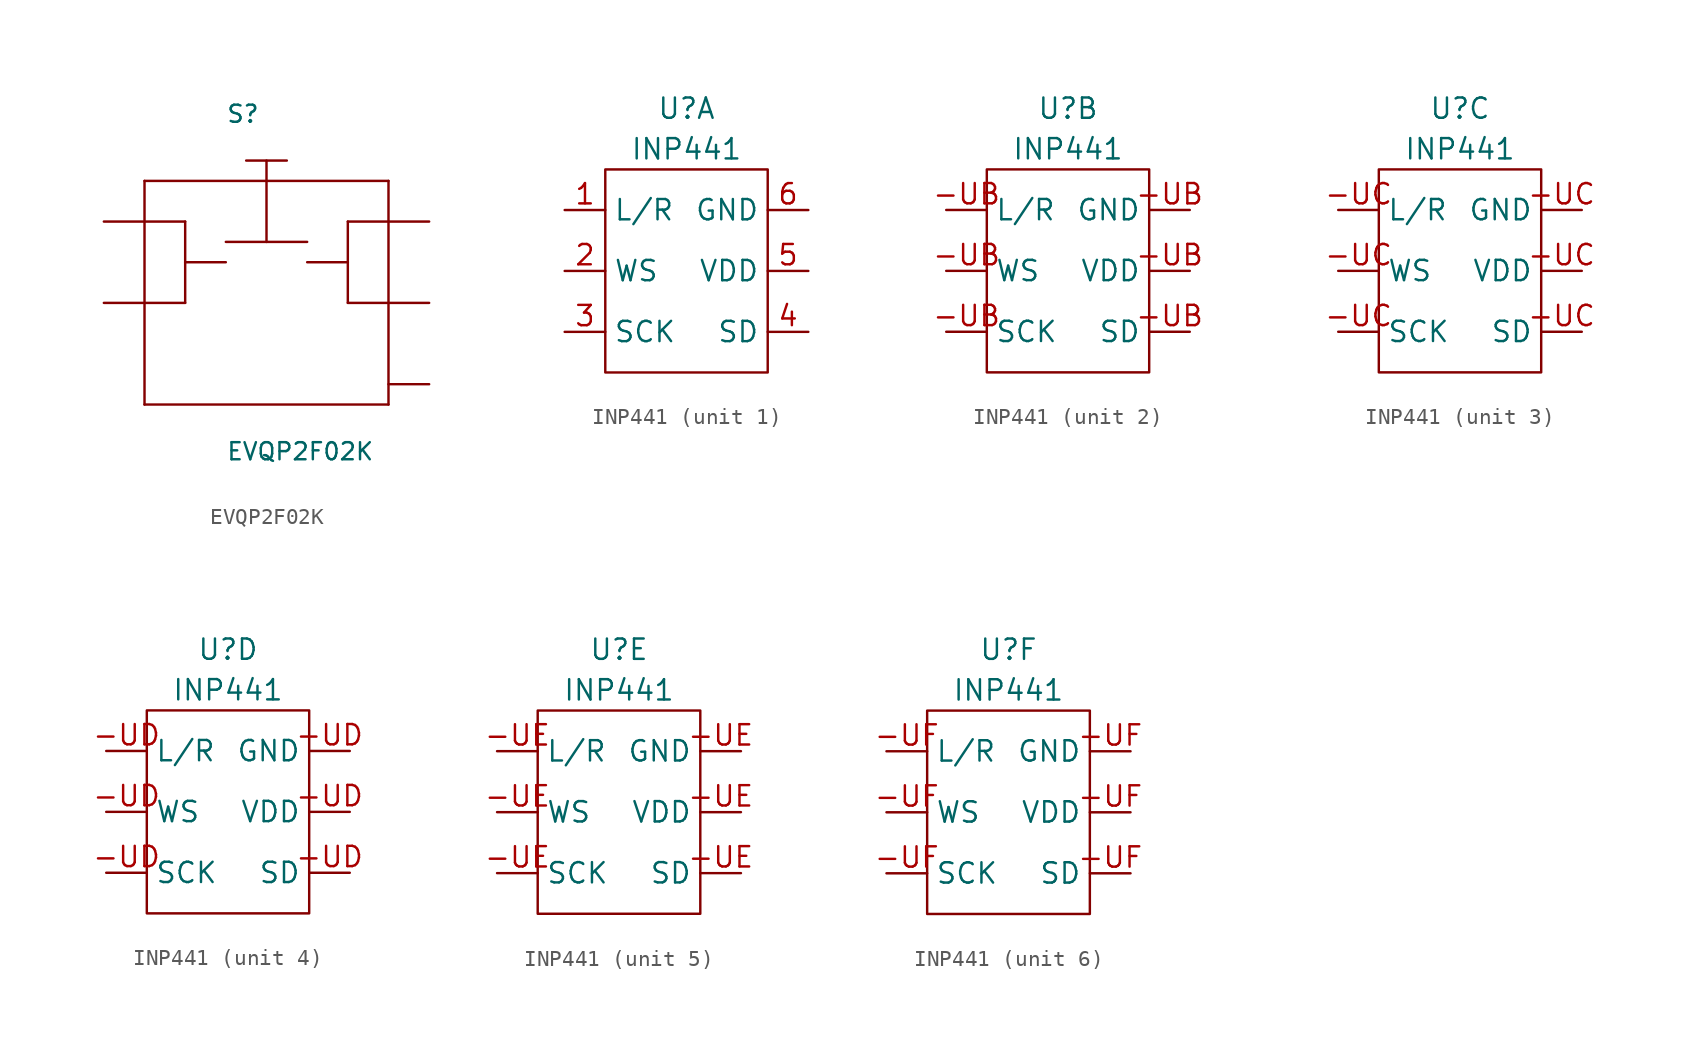
<source format=kicad_sym>
(kicad_symbol_lib
  (version 20211014)
  (generator kicad_symbol_editor)
  (symbol "EVQP2F02K"
    (pin_names
      (offset 1.016))
    (property "Reference" "S"
      (at -2.54 8.636 0)
      (effects (font (size 1.067 1.067)) (justify left bottom)))
    (property "Value" "EVQP2F02K"
      (at -2.54 -12.446 0)
      (effects (font (size 1.067 1.067)) (justify left bottom)))
    (property "ki_locked" ""
      (at 0 0 0)
      (effects (font (size 1.27 1.27))))
    (symbol "EVQP2F02K_1_0"
      (polyline (pts (xy -7.62 -8.89) (xy -7.62 5.08)) (stroke (width 0) (type default) (color 0 0 0 0)) (fill (type none)))
      (polyline (pts (xy -7.62 5.08) (xy 7.62 5.08)) (stroke (width 0) (type default) (color 0 0 0 0)) (fill (type none)))
      (polyline (pts (xy -5.08 0) (xy -5.08 -2.54)) (stroke (width 0) (type default) (color 0 0 0 0)) (fill (type none)))
      (polyline (pts (xy -5.08 0) (xy -2.54 0)) (stroke (width 0) (type default) (color 0 0 0 0)) (fill (type none)))
      (polyline (pts (xy -5.08 2.54) (xy -5.08 0)) (stroke (width 0) (type default) (color 0 0 0 0)) (fill (type none)))
      (polyline (pts (xy -2.54 1.27) (xy 0 1.27)) (stroke (width 0) (type default) (color 0 0 0 0)) (fill (type none)))
      (polyline (pts (xy -1.27 6.35) (xy 1.27 6.35)) (stroke (width 0) (type default) (color 0 0 0 0)) (fill (type none)))
      (polyline (pts (xy 0 1.27) (xy 0 6.35)) (stroke (width 0) (type default) (color 0 0 0 0)) (fill (type none)))
      (polyline (pts (xy 0 1.27) (xy 2.54 1.27)) (stroke (width 0) (type default) (color 0 0 0 0)) (fill (type none)))
      (polyline (pts (xy 2.54 0) (xy 5.08 0)) (stroke (width 0) (type default) (color 0 0 0 0)) (fill (type none)))
      (polyline (pts (xy 5.08 0) (xy 5.08 -2.54)) (stroke (width 0) (type default) (color 0 0 0 0)) (fill (type none)))
      (polyline (pts (xy 5.08 2.54) (xy 5.08 0)) (stroke (width 0) (type default) (color 0 0 0 0)) (fill (type none)))
      (polyline (pts (xy 7.62 -8.89) (xy -7.62 -8.89)) (stroke (width 0) (type default) (color 0 0 0 0)) (fill (type none)))
      (polyline (pts (xy 7.62 5.08) (xy 7.62 -8.89)) (stroke (width 0) (type default) (color 0 0 0 0)) (fill (type none)))
      (pin passive line (at -10.16 2.54 0) (length 5.08) (name "P$1" (effects (font (size 0 0)))) (number "1" (effects (font (size 0 0)))))
      (pin passive line (at -10.16 -2.54 0) (length 5.08) (name "P$2" (effects (font (size 0 0)))) (number "2" (effects (font (size 0 0)))))
      (pin passive line (at 10.16 2.54 180) (length 5.08) (name "P$3" (effects (font (size 0 0)))) (number "3" (effects (font (size 0 0)))))
      (pin passive line (at 10.16 -2.54 180) (length 5.08) (name "P$4" (effects (font (size 0 0)))) (number "4" (effects (font (size 0 0)))))
      (pin passive line (at 10.16 -7.62 180) (length 2.54) (name "P$5" (effects (font (size 0 0)))) (number "5" (effects (font (size 0 0)))))))
  (symbol "INP441"
    (property "Reference" "U"
      (at 0 0 0)
      (effects (font (size 1.27 1.27))))
    (property "Value" "INP441"
      (at 0 -2.54 0)
      (effects (font (size 1.27 1.27))))
    (symbol "INP441_0_1"
      (rectangle (start -5.08 -3.81) (end 5.08 -16.51) (stroke (width 0.152) (type default) (color 0 0 0 0)) (fill (type none))))
    (symbol "INP441_1_1"
      (pin input line (at -7.62 -6.35 0) (length 2.54) (name "L/R" (effects (font (size 1.27 1.27)))) (number "1" (effects (font (size 1.27 1.27)))))
      (pin input line (at -7.62 -10.16 0) (length 2.54) (name "WS" (effects (font (size 1.27 1.27)))) (number "2" (effects (font (size 1.27 1.27)))))
      (pin input line (at -7.62 -13.97 0) (length 2.54) (name "SCK" (effects (font (size 1.27 1.27)))) (number "3" (effects (font (size 1.27 1.27)))))
      (pin output line (at 7.62 -13.97 180) (length 2.54) (name "SD" (effects (font (size 1.27 1.27)))) (number "4" (effects (font (size 1.27 1.27)))))
      (pin power_in line (at 7.62 -10.16 180) (length 2.54) (name "VDD" (effects (font (size 1.27 1.27)))) (number "5" (effects (font (size 1.27 1.27)))))
      (pin power_in line (at 7.62 -6.35 180) (length 2.54) (name "GND" (effects (font (size 1.27 1.27)))) (number "6" (effects (font (size 1.27 1.27))))))
    (symbol "INP441_2_1"
      (pin power_in line (at 7.62 -6.35 180) (length 2.54) (name "GND" (effects (font (size 1.27 1.27)))) (number "-UB" (effects (font (size 1.27 1.27)))))
      (pin input line (at -7.62 -6.35 0) (length 2.54) (name "L/R" (effects (font (size 1.27 1.27)))) (number "-UB" (effects (font (size 1.27 1.27)))))
      (pin input line (at -7.62 -13.97 0) (length 2.54) (name "SCK" (effects (font (size 1.27 1.27)))) (number "-UB" (effects (font (size 1.27 1.27)))))
      (pin output line (at 7.62 -13.97 180) (length 2.54) (name "SD" (effects (font (size 1.27 1.27)))) (number "-UB" (effects (font (size 1.27 1.27)))))
      (pin power_in line (at 7.62 -10.16 180) (length 2.54) (name "VDD" (effects (font (size 1.27 1.27)))) (number "-UB" (effects (font (size 1.27 1.27)))))
      (pin input line (at -7.62 -10.16 0) (length 2.54) (name "WS" (effects (font (size 1.27 1.27)))) (number "-UB" (effects (font (size 1.27 1.27))))))
    (symbol "INP441_3_1"
      (pin power_in line (at 7.62 -6.35 180) (length 2.54) (name "GND" (effects (font (size 1.27 1.27)))) (number "-UC" (effects (font (size 1.27 1.27)))))
      (pin input line (at -7.62 -6.35 0) (length 2.54) (name "L/R" (effects (font (size 1.27 1.27)))) (number "-UC" (effects (font (size 1.27 1.27)))))
      (pin input line (at -7.62 -13.97 0) (length 2.54) (name "SCK" (effects (font (size 1.27 1.27)))) (number "-UC" (effects (font (size 1.27 1.27)))))
      (pin output line (at 7.62 -13.97 180) (length 2.54) (name "SD" (effects (font (size 1.27 1.27)))) (number "-UC" (effects (font (size 1.27 1.27)))))
      (pin power_in line (at 7.62 -10.16 180) (length 2.54) (name "VDD" (effects (font (size 1.27 1.27)))) (number "-UC" (effects (font (size 1.27 1.27)))))
      (pin input line (at -7.62 -10.16 0) (length 2.54) (name "WS" (effects (font (size 1.27 1.27)))) (number "-UC" (effects (font (size 1.27 1.27))))))
    (symbol "INP441_4_1"
      (pin power_in line (at 7.62 -6.35 180) (length 2.54) (name "GND" (effects (font (size 1.27 1.27)))) (number "-UD" (effects (font (size 1.27 1.27)))))
      (pin input line (at -7.62 -6.35 0) (length 2.54) (name "L/R" (effects (font (size 1.27 1.27)))) (number "-UD" (effects (font (size 1.27 1.27)))))
      (pin input line (at -7.62 -13.97 0) (length 2.54) (name "SCK" (effects (font (size 1.27 1.27)))) (number "-UD" (effects (font (size 1.27 1.27)))))
      (pin output line (at 7.62 -13.97 180) (length 2.54) (name "SD" (effects (font (size 1.27 1.27)))) (number "-UD" (effects (font (size 1.27 1.27)))))
      (pin power_in line (at 7.62 -10.16 180) (length 2.54) (name "VDD" (effects (font (size 1.27 1.27)))) (number "-UD" (effects (font (size 1.27 1.27)))))
      (pin input line (at -7.62 -10.16 0) (length 2.54) (name "WS" (effects (font (size 1.27 1.27)))) (number "-UD" (effects (font (size 1.27 1.27))))))
    (symbol "INP441_5_1"
      (pin power_in line (at 7.62 -6.35 180) (length 2.54) (name "GND" (effects (font (size 1.27 1.27)))) (number "-UE" (effects (font (size 1.27 1.27)))))
      (pin input line (at -7.62 -6.35 0) (length 2.54) (name "L/R" (effects (font (size 1.27 1.27)))) (number "-UE" (effects (font (size 1.27 1.27)))))
      (pin input line (at -7.62 -13.97 0) (length 2.54) (name "SCK" (effects (font (size 1.27 1.27)))) (number "-UE" (effects (font (size 1.27 1.27)))))
      (pin output line (at 7.62 -13.97 180) (length 2.54) (name "SD" (effects (font (size 1.27 1.27)))) (number "-UE" (effects (font (size 1.27 1.27)))))
      (pin power_in line (at 7.62 -10.16 180) (length 2.54) (name "VDD" (effects (font (size 1.27 1.27)))) (number "-UE" (effects (font (size 1.27 1.27)))))
      (pin input line (at -7.62 -10.16 0) (length 2.54) (name "WS" (effects (font (size 1.27 1.27)))) (number "-UE" (effects (font (size 1.27 1.27))))))
    (symbol "INP441_6_1"
      (pin power_in line (at 7.62 -6.35 180) (length 2.54) (name "GND" (effects (font (size 1.27 1.27)))) (number "-UF" (effects (font (size 1.27 1.27)))))
      (pin input line (at -7.62 -6.35 0) (length 2.54) (name "L/R" (effects (font (size 1.27 1.27)))) (number "-UF" (effects (font (size 1.27 1.27)))))
      (pin input line (at -7.62 -13.97 0) (length 2.54) (name "SCK" (effects (font (size 1.27 1.27)))) (number "-UF" (effects (font (size 1.27 1.27)))))
      (pin output line (at 7.62 -13.97 180) (length 2.54) (name "SD" (effects (font (size 1.27 1.27)))) (number "-UF" (effects (font (size 1.27 1.27)))))
      (pin power_in line (at 7.62 -10.16 180) (length 2.54) (name "VDD" (effects (font (size 1.27 1.27)))) (number "-UF" (effects (font (size 1.27 1.27)))))
      (pin input line (at -7.62 -10.16 0) (length 2.54) (name "WS" (effects (font (size 1.27 1.27)))) (number "-UF" (effects (font (size 1.27 1.27))))))))
</source>
